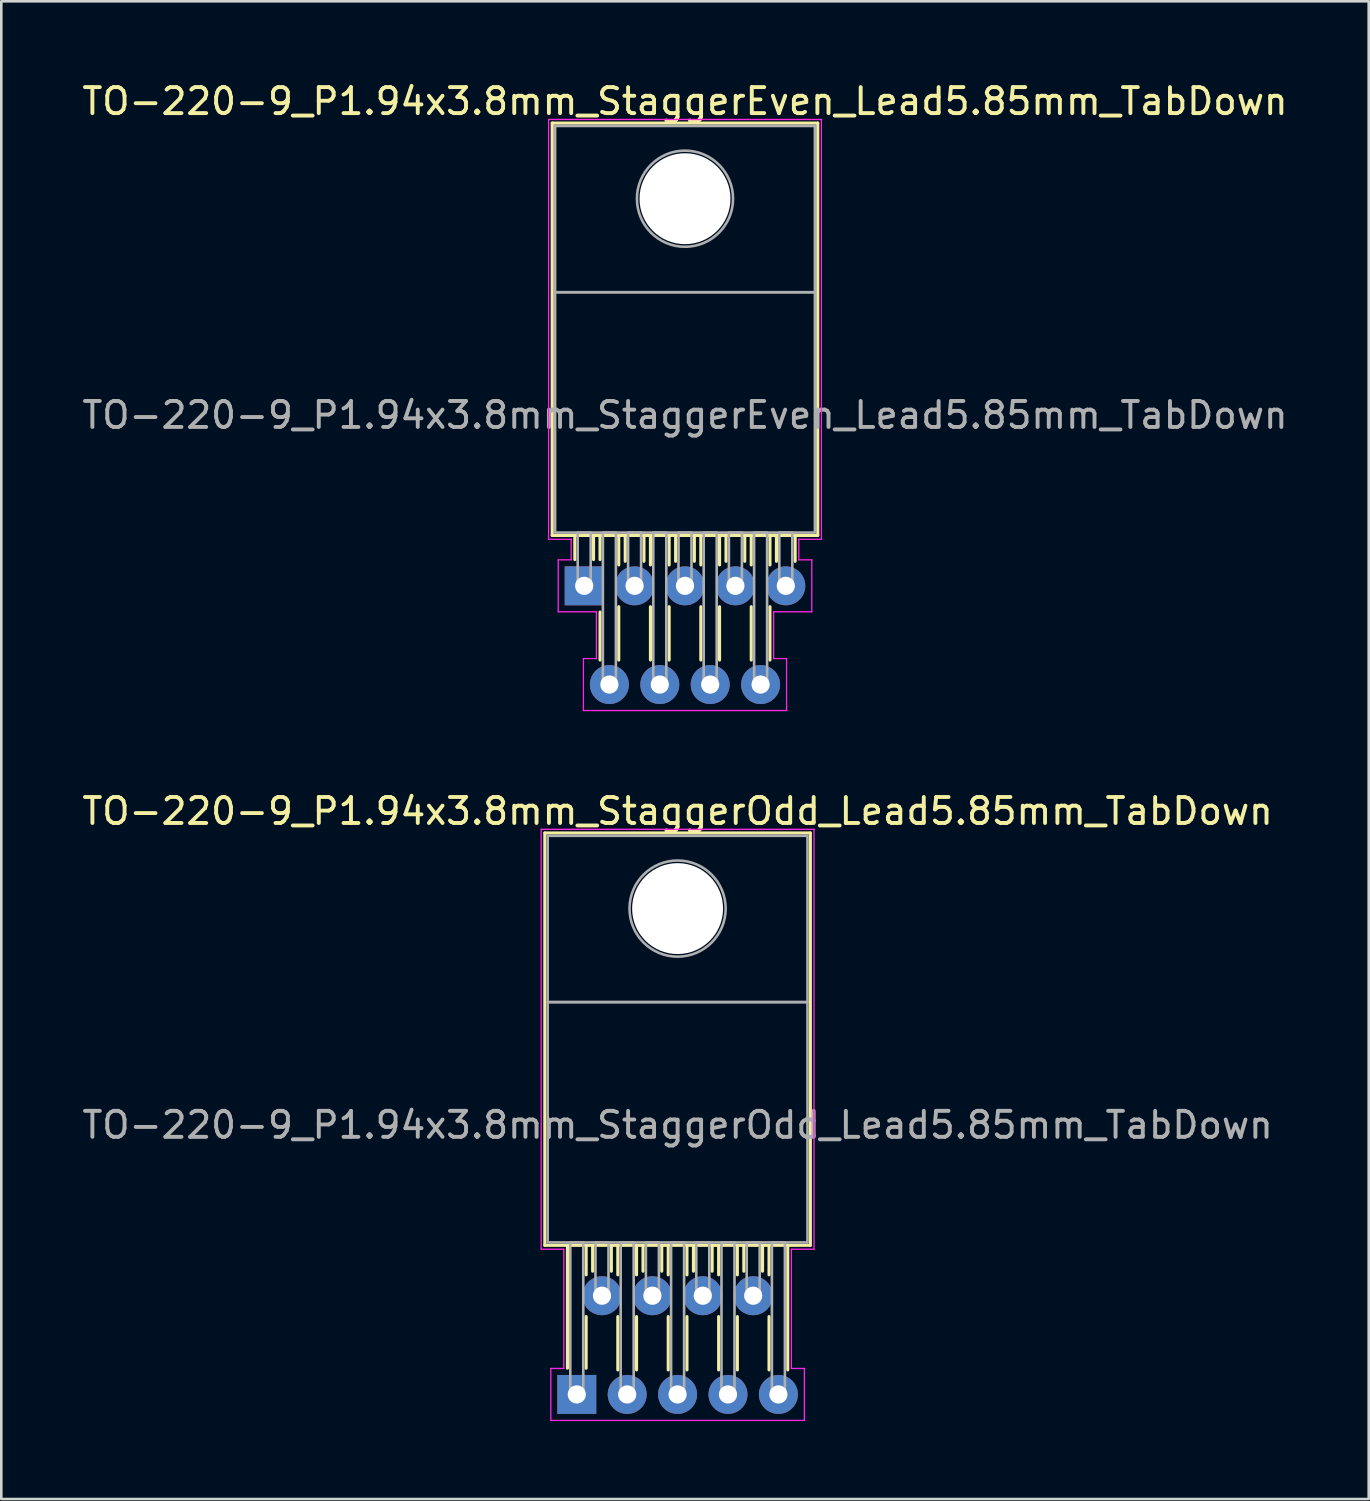
<source format=kicad_pcb>
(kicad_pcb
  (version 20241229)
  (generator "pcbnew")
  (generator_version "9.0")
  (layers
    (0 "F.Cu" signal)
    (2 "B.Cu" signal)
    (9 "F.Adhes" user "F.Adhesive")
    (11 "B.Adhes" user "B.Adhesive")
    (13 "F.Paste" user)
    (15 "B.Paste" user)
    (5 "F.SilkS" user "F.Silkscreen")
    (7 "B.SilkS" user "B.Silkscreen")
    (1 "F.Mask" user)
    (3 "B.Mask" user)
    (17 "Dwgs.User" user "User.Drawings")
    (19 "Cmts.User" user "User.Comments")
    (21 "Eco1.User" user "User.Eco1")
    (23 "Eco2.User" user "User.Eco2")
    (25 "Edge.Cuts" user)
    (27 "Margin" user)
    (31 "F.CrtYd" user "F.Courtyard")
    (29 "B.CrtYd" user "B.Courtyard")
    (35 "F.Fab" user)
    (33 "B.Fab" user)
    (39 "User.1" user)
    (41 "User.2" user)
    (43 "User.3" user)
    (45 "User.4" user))
  (footprint "TO-220-9_P1.94x3.8mm_StaggerEven_Lead5.85mm_TabDown"
    (layer "F.Cu")
    (at 19.435 19.498)
    (property "Reference" "TO-220-9_P1.94x3.8mm_StaggerEven_Lead5.85mm_TabDown" (at 3.88 -18.65 0) (layer "F.SilkS") (effects (font (size 1 1) (thickness 0.15))))
    (attr through_hole)
    (fp_line (start -1.23 -17.81) (end 8.99 -17.81) (stroke (width 0.12) (type solid)) (layer "F.SilkS"))
    (fp_line (start -1.23 -1.94) (end -1.23 -17.81) (stroke (width 0.12) (type solid)) (layer "F.SilkS"))
    (fp_line (start -1.23 -1.94) (end 8.99 -1.94) (stroke (width 0.12) (type solid)) (layer "F.SilkS"))
    (fp_line (start -0.36 -1.94) (end -0.36 -1.01) (stroke (width 0.12) (type solid)) (layer "F.SilkS"))
    (fp_line (start 0.36 -1.94) (end 0.36 -1.01) (stroke (width 0.12) (type solid)) (layer "F.SilkS"))
    (fp_line (start 0.61 -1.94) (end 0.61 -1.01) (stroke (width 0.12) (type solid)) (layer "F.SilkS"))
    (fp_line (start 0.61 1.01) (end 0.61 2.856) (stroke (width 0.12) (type solid)) (layer "F.SilkS"))
    (fp_line (start 1.33 -1.94) (end 1.33 -0.805) (stroke (width 0.12) (type solid)) (layer "F.SilkS"))
    (fp_line (start 1.33 0.805) (end 1.33 2.856) (stroke (width 0.12) (type solid)) (layer "F.SilkS"))
    (fp_line (start 1.58 -1.94) (end 1.58 -0.944) (stroke (width 0.12) (type solid)) (layer "F.SilkS"))
    (fp_line (start 2.3 -1.94) (end 2.3 -0.944) (stroke (width 0.12) (type solid)) (layer "F.SilkS"))
    (fp_line (start 2.55 -1.94) (end 2.55 -0.805) (stroke (width 0.12) (type solid)) (layer "F.SilkS"))
    (fp_line (start 2.55 0.805) (end 2.55 2.856) (stroke (width 0.12) (type solid)) (layer "F.SilkS"))
    (fp_line (start 3.27 -1.94) (end 3.27 -0.805) (stroke (width 0.12) (type solid)) (layer "F.SilkS"))
    (fp_line (start 3.27 0.805) (end 3.27 2.856) (stroke (width 0.12) (type solid)) (layer "F.SilkS"))
    (fp_line (start 3.52 -1.94) (end 3.52 -0.944) (stroke (width 0.12) (type solid)) (layer "F.SilkS"))
    (fp_line (start 4.24 -1.94) (end 4.24 -0.944) (stroke (width 0.12) (type solid)) (layer "F.SilkS"))
    (fp_line (start 4.49 -1.94) (end 4.49 -0.805) (stroke (width 0.12) (type solid)) (layer "F.SilkS"))
    (fp_line (start 4.49 0.805) (end 4.49 2.856) (stroke (width 0.12) (type solid)) (layer "F.SilkS"))
    (fp_line (start 5.21 -1.94) (end 5.21 -0.805) (stroke (width 0.12) (type solid)) (layer "F.SilkS"))
    (fp_line (start 5.21 0.805) (end 5.21 2.856) (stroke (width 0.12) (type solid)) (layer "F.SilkS"))
    (fp_line (start 5.46 -1.94) (end 5.46 -0.944) (stroke (width 0.12) (type solid)) (layer "F.SilkS"))
    (fp_line (start 6.18 -1.94) (end 6.18 -0.944) (stroke (width 0.12) (type solid)) (layer "F.SilkS"))
    (fp_line (start 6.43 -1.94) (end 6.43 -0.805) (stroke (width 0.12) (type solid)) (layer "F.SilkS"))
    (fp_line (start 6.43 0.805) (end 6.43 2.856) (stroke (width 0.12) (type solid)) (layer "F.SilkS"))
    (fp_line (start 7.15 -1.94) (end 7.15 -0.805) (stroke (width 0.12) (type solid)) (layer "F.SilkS"))
    (fp_line (start 7.15 0.805) (end 7.15 2.856) (stroke (width 0.12) (type solid)) (layer "F.SilkS"))
    (fp_line (start 7.4 -1.94) (end 7.4 -0.944) (stroke (width 0.12) (type solid)) (layer "F.SilkS"))
    (fp_line (start 8.12 -1.94) (end 8.12 -0.944) (stroke (width 0.12) (type solid)) (layer "F.SilkS"))
    (fp_line (start 8.99 -1.94) (end 8.99 -17.81) (stroke (width 0.12) (type solid)) (layer "F.SilkS"))
    (fp_line (start -1.37 -17.95) (end 9.13 -17.95) (stroke (width 0.05) (type solid)) (layer "F.CrtYd"))
    (fp_line (start -1.37 -1.79) (end -1.37 -17.95) (stroke (width 0.05) (type solid)) (layer "F.CrtYd"))
    (fp_line (start -1 -1) (end -0.5 -1) (stroke (width 0.05) (type solid)) (layer "F.CrtYd"))
    (fp_line (start -1 1) (end -1 -1) (stroke (width 0.05) (type solid)) (layer "F.CrtYd"))
    (fp_line (start -0.5 -1.79) (end -1.37 -1.79) (stroke (width 0.05) (type solid)) (layer "F.CrtYd"))
    (fp_line (start -0.5 -1) (end -0.5 -1.79) (stroke (width 0.05) (type solid)) (layer "F.CrtYd"))
    (fp_line (start -0.03 2.8) (end 0.47 2.8) (stroke (width 0.05) (type solid)) (layer "F.CrtYd"))
    (fp_line (start -0.03 4.8) (end -0.03 2.8) (stroke (width 0.05) (type solid)) (layer "F.CrtYd"))
    (fp_line (start 0.47 1) (end -1 1) (stroke (width 0.05) (type solid)) (layer "F.CrtYd"))
    (fp_line (start 0.47 2.8) (end 0.47 1) (stroke (width 0.05) (type solid)) (layer "F.CrtYd"))
    (fp_line (start 7.29 1) (end 7.29 2.8) (stroke (width 0.05) (type solid)) (layer "F.CrtYd"))
    (fp_line (start 7.29 2.8) (end 7.79 2.8) (stroke (width 0.05) (type solid)) (layer "F.CrtYd"))
    (fp_line (start 7.79 2.8) (end 7.79 4.8) (stroke (width 0.05) (type solid)) (layer "F.CrtYd"))
    (fp_line (start 7.79 4.8) (end -0.03 4.8) (stroke (width 0.05) (type solid)) (layer "F.CrtYd"))
    (fp_line (start 8.26 -1.79) (end 8.26 -1) (stroke (width 0.05) (type solid)) (layer "F.CrtYd"))
    (fp_line (start 8.26 -1) (end 8.76 -1) (stroke (width 0.05) (type solid)) (layer "F.CrtYd"))
    (fp_line (start 8.76 -1) (end 8.76 1) (stroke (width 0.05) (type solid)) (layer "F.CrtYd"))
    (fp_line (start 8.76 1) (end 7.29 1) (stroke (width 0.05) (type solid)) (layer "F.CrtYd"))
    (fp_line (start 9.13 -17.95) (end 9.13 -1.79) (stroke (width 0.05) (type solid)) (layer "F.CrtYd"))
    (fp_line (start 9.13 -1.79) (end 8.26 -1.79) (stroke (width 0.05) (type solid)) (layer "F.CrtYd"))
    (fp_rect (start -1.12 -17.7) (end 8.88 -11.3) (stroke (width 0.1) (type solid)) (fill no) (layer "F.Fab"))
    (fp_rect (start -1.12 -2.05) (end 8.88 -11.3) (stroke (width 0.1) (type solid)) (fill no) (layer "F.Fab"))
    (fp_rect (start -0.25 -2.05) (end 0.25 0) (stroke (width 0.1) (type solid)) (fill no) (layer "F.Fab"))
    (fp_rect (start 0.72 -2.05) (end 1.22 3.8) (stroke (width 0.1) (type solid)) (fill no) (layer "F.Fab"))
    (fp_rect (start 1.69 -2.05) (end 2.19 0) (stroke (width 0.1) (type solid)) (fill no) (layer "F.Fab"))
    (fp_rect (start 2.66 -2.05) (end 3.16 3.8) (stroke (width 0.1) (type solid)) (fill no) (layer "F.Fab"))
    (fp_rect (start 3.63 -2.05) (end 4.13 0) (stroke (width 0.1) (type solid)) (fill no) (layer "F.Fab"))
    (fp_rect (start 4.6 -2.05) (end 5.1 3.8) (stroke (width 0.1) (type solid)) (fill no) (layer "F.Fab"))
    (fp_rect (start 5.57 -2.05) (end 6.07 0) (stroke (width 0.1) (type solid)) (fill no) (layer "F.Fab"))
    (fp_rect (start 6.54 -2.05) (end 7.04 3.8) (stroke (width 0.1) (type solid)) (fill no) (layer "F.Fab"))
    (fp_rect (start 7.51 -2.05) (end 8.01 0) (stroke (width 0.1) (type solid)) (fill no) (layer "F.Fab"))
    (fp_circle (center 3.88 -14.9) (end 5.73 -14.9) (stroke (width 0.1) (type solid)) (fill no) (layer "F.Fab"))
    (fp_text user "${REFERENCE}" (at 3.88 -6.57 0) (layer "F.Fab") (effects (font (size 1 1) (thickness 0.15))))
    (pad "" np_thru_hole circle (at 3.88 -14.9) (size 3.5 3.5) (drill 3.5) (layers "*.Cu" "*.Mask"))
    (pad "1" thru_hole rect (at 0 0) (size 1.5 1.5) (drill 0.7) (layers "*.Cu" "*.Mask"))
    (pad "2" thru_hole circle (at 0.97 3.8) (size 1.5 1.5) (drill 0.7) (layers "*.Cu" "*.Mask"))
    (pad "3" thru_hole circle (at 1.94 0) (size 1.5 1.5) (drill 0.7) (layers "*.Cu" "*.Mask"))
    (pad "4" thru_hole circle (at 2.91 3.8) (size 1.5 1.5) (drill 0.7) (layers "*.Cu" "*.Mask"))
    (pad "5" thru_hole circle (at 3.88 0) (size 1.5 1.5) (drill 0.7) (layers "*.Cu" "*.Mask"))
    (pad "6" thru_hole circle (at 4.85 3.8) (size 1.5 1.5) (drill 0.7) (layers "*.Cu" "*.Mask"))
    (pad "7" thru_hole circle (at 5.82 0) (size 1.5 1.5) (drill 0.7) (layers "*.Cu" "*.Mask"))
    (pad "8" thru_hole circle (at 6.79 3.8) (size 1.5 1.5) (drill 0.7) (layers "*.Cu" "*.Mask"))
    (pad "9" thru_hole circle (at 7.76 0) (size 1.5 1.5) (drill 0.7) (layers "*.Cu" "*.Mask")))
  (footprint "TO-220-9_P1.94x3.8mm_StaggerOdd_Lead5.85mm_TabDown"
    (layer "F.Cu")
    (at 19.15 50.621)
    (property "Reference" "TO-220-9_P1.94x3.8mm_StaggerOdd_Lead5.85mm_TabDown" (at 3.88 -22.45 0) (layer "F.SilkS") (effects (font (size 1 1) (thickness 0.15))))
    (attr through_hole)
    (fp_line (start -1.23 -21.61) (end 8.99 -21.61) (stroke (width 0.12) (type solid)) (layer "F.SilkS"))
    (fp_line (start -1.23 -5.74) (end -1.23 -21.61) (stroke (width 0.12) (type solid)) (layer "F.SilkS"))
    (fp_line (start -1.23 -5.74) (end 8.99 -5.74) (stroke (width 0.12) (type solid)) (layer "F.SilkS"))
    (fp_line (start -0.36 -5.74) (end -0.36 -1.01) (stroke (width 0.12) (type solid)) (layer "F.SilkS"))
    (fp_line (start 0.36 -5.74) (end 0.36 -4.605) (stroke (width 0.12) (type solid)) (layer "F.SilkS"))
    (fp_line (start 0.36 -2.995) (end 0.36 -1.01) (stroke (width 0.12) (type solid)) (layer "F.SilkS"))
    (fp_line (start 0.61 -5.74) (end 0.61 -4.744) (stroke (width 0.12) (type solid)) (layer "F.SilkS"))
    (fp_line (start 1.33 -5.74) (end 1.33 -4.744) (stroke (width 0.12) (type solid)) (layer "F.SilkS"))
    (fp_line (start 1.58 -5.74) (end 1.58 -4.605) (stroke (width 0.12) (type solid)) (layer "F.SilkS"))
    (fp_line (start 1.58 -2.995) (end 1.58 -0.944) (stroke (width 0.12) (type solid)) (layer "F.SilkS"))
    (fp_line (start 2.3 -5.74) (end 2.3 -4.605) (stroke (width 0.12) (type solid)) (layer "F.SilkS"))
    (fp_line (start 2.3 -2.995) (end 2.3 -0.944) (stroke (width 0.12) (type solid)) (layer "F.SilkS"))
    (fp_line (start 2.55 -5.74) (end 2.55 -4.744) (stroke (width 0.12) (type solid)) (layer "F.SilkS"))
    (fp_line (start 3.27 -5.74) (end 3.27 -4.744) (stroke (width 0.12) (type solid)) (layer "F.SilkS"))
    (fp_line (start 3.52 -5.74) (end 3.52 -4.605) (stroke (width 0.12) (type solid)) (layer "F.SilkS"))
    (fp_line (start 3.52 -2.995) (end 3.52 -0.944) (stroke (width 0.12) (type solid)) (layer "F.SilkS"))
    (fp_line (start 4.24 -5.74) (end 4.24 -4.605) (stroke (width 0.12) (type solid)) (layer "F.SilkS"))
    (fp_line (start 4.24 -2.995) (end 4.24 -0.944) (stroke (width 0.12) (type solid)) (layer "F.SilkS"))
    (fp_line (start 4.49 -5.74) (end 4.49 -4.744) (stroke (width 0.12) (type solid)) (layer "F.SilkS"))
    (fp_line (start 5.21 -5.74) (end 5.21 -4.744) (stroke (width 0.12) (type solid)) (layer "F.SilkS"))
    (fp_line (start 5.46 -5.74) (end 5.46 -4.605) (stroke (width 0.12) (type solid)) (layer "F.SilkS"))
    (fp_line (start 5.46 -2.995) (end 5.46 -0.944) (stroke (width 0.12) (type solid)) (layer "F.SilkS"))
    (fp_line (start 6.18 -5.74) (end 6.18 -4.605) (stroke (width 0.12) (type solid)) (layer "F.SilkS"))
    (fp_line (start 6.18 -2.995) (end 6.18 -0.944) (stroke (width 0.12) (type solid)) (layer "F.SilkS"))
    (fp_line (start 6.43 -5.74) (end 6.43 -4.744) (stroke (width 0.12) (type solid)) (layer "F.SilkS"))
    (fp_line (start 7.15 -5.74) (end 7.15 -4.744) (stroke (width 0.12) (type solid)) (layer "F.SilkS"))
    (fp_line (start 7.4 -5.74) (end 7.4 -4.605) (stroke (width 0.12) (type solid)) (layer "F.SilkS"))
    (fp_line (start 7.4 -2.995) (end 7.4 -0.944) (stroke (width 0.12) (type solid)) (layer "F.SilkS"))
    (fp_line (start 8.12 -5.74) (end 8.12 -0.944) (stroke (width 0.12) (type solid)) (layer "F.SilkS"))
    (fp_line (start 8.99 -5.74) (end 8.99 -21.61) (stroke (width 0.12) (type solid)) (layer "F.SilkS"))
    (fp_line (start -1.37 -21.75) (end 9.13 -21.75) (stroke (width 0.05) (type solid)) (layer "F.CrtYd"))
    (fp_line (start -1.37 -5.59) (end -1.37 -21.75) (stroke (width 0.05) (type solid)) (layer "F.CrtYd"))
    (fp_line (start -1 -1) (end -0.5 -1) (stroke (width 0.05) (type solid)) (layer "F.CrtYd"))
    (fp_line (start -1 1) (end -1 -1) (stroke (width 0.05) (type solid)) (layer "F.CrtYd"))
    (fp_line (start -0.5 -5.59) (end -1.37 -5.59) (stroke (width 0.05) (type solid)) (layer "F.CrtYd"))
    (fp_line (start -0.5 -1) (end -0.5 -5.59) (stroke (width 0.05) (type solid)) (layer "F.CrtYd"))
    (fp_line (start 8.26 -5.59) (end 8.26 -1) (stroke (width 0.05) (type solid)) (layer "F.CrtYd"))
    (fp_line (start 8.26 -1) (end 8.76 -1) (stroke (width 0.05) (type solid)) (layer "F.CrtYd"))
    (fp_line (start 8.76 -1) (end 8.76 1) (stroke (width 0.05) (type solid)) (layer "F.CrtYd"))
    (fp_line (start 8.76 1) (end -1 1) (stroke (width 0.05) (type solid)) (layer "F.CrtYd"))
    (fp_line (start 9.13 -21.75) (end 9.13 -5.59) (stroke (width 0.05) (type solid)) (layer "F.CrtYd"))
    (fp_line (start 9.13 -5.59) (end 8.26 -5.59) (stroke (width 0.05) (type solid)) (layer "F.CrtYd"))
    (fp_rect (start -1.12 -21.5) (end 8.88 -15.1) (stroke (width 0.1) (type solid)) (fill no) (layer "F.Fab"))
    (fp_rect (start -1.12 -5.85) (end 8.88 -15.1) (stroke (width 0.1) (type solid)) (fill no) (layer "F.Fab"))
    (fp_rect (start -0.25 -5.85) (end 0.25 0) (stroke (width 0.1) (type solid)) (fill no) (layer "F.Fab"))
    (fp_rect (start 0.72 -5.85) (end 1.22 -3.8) (stroke (width 0.1) (type solid)) (fill no) (layer "F.Fab"))
    (fp_rect (start 1.69 -5.85) (end 2.19 0) (stroke (width 0.1) (type solid)) (fill no) (layer "F.Fab"))
    (fp_rect (start 2.66 -5.85) (end 3.16 -3.8) (stroke (width 0.1) (type solid)) (fill no) (layer "F.Fab"))
    (fp_rect (start 3.63 -5.85) (end 4.13 0) (stroke (width 0.1) (type solid)) (fill no) (layer "F.Fab"))
    (fp_rect (start 4.6 -5.85) (end 5.1 -3.8) (stroke (width 0.1) (type solid)) (fill no) (layer "F.Fab"))
    (fp_rect (start 5.57 -5.85) (end 6.07 0) (stroke (width 0.1) (type solid)) (fill no) (layer "F.Fab"))
    (fp_rect (start 6.54 -5.85) (end 7.04 -3.8) (stroke (width 0.1) (type solid)) (fill no) (layer "F.Fab"))
    (fp_rect (start 7.51 -5.85) (end 8.01 0) (stroke (width 0.1) (type solid)) (fill no) (layer "F.Fab"))
    (fp_circle (center 3.88 -18.7) (end 5.73 -18.7) (stroke (width 0.1) (type solid)) (fill no) (layer "F.Fab"))
    (fp_text user "${REFERENCE}" (at 3.88 -10.37 0) (layer "F.Fab") (effects (font (size 1 1) (thickness 0.15))))
    (pad "" np_thru_hole circle (at 3.88 -18.7) (size 3.5 3.5) (drill 3.5) (layers "*.Cu" "*.Mask"))
    (pad "1" thru_hole rect (at 0 0) (size 1.5 1.5) (drill 0.7) (layers "*.Cu" "*.Mask"))
    (pad "2" thru_hole circle (at 0.97 -3.8) (size 1.5 1.5) (drill 0.7) (layers "*.Cu" "*.Mask"))
    (pad "3" thru_hole circle (at 1.94 0) (size 1.5 1.5) (drill 0.7) (layers "*.Cu" "*.Mask"))
    (pad "4" thru_hole circle (at 2.91 -3.8) (size 1.5 1.5) (drill 0.7) (layers "*.Cu" "*.Mask"))
    (pad "5" thru_hole circle (at 3.88 0) (size 1.5 1.5) (drill 0.7) (layers "*.Cu" "*.Mask"))
    (pad "6" thru_hole circle (at 4.85 -3.8) (size 1.5 1.5) (drill 0.7) (layers "*.Cu" "*.Mask"))
    (pad "7" thru_hole circle (at 5.82 0) (size 1.5 1.5) (drill 0.7) (layers "*.Cu" "*.Mask"))
    (pad "8" thru_hole circle (at 6.79 -3.8) (size 1.5 1.5) (drill 0.7) (layers "*.Cu" "*.Mask"))
    (pad "9" thru_hole circle (at 7.76 0) (size 1.5 1.5) (drill 0.7) (layers "*.Cu" "*.Mask")))
  (gr_rect
    (start -3 -3)
    (end 49.631 54.647)
    (stroke (width 0.1) (type default))
    (fill no)
    (layer "Edge.Cuts")))
</source>
